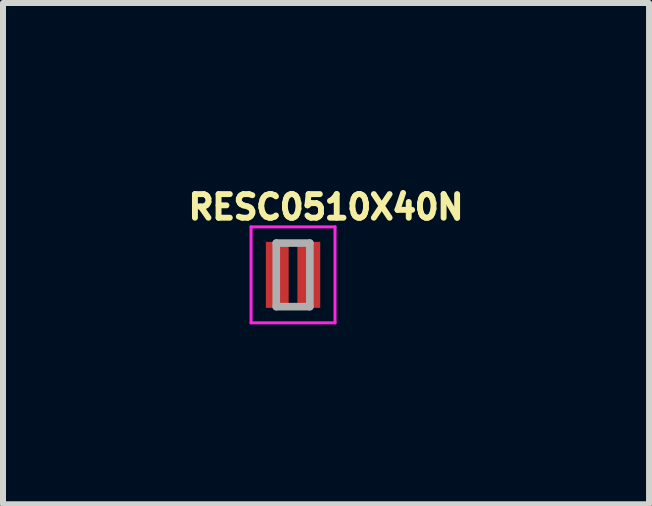
<source format=kicad_pcb>
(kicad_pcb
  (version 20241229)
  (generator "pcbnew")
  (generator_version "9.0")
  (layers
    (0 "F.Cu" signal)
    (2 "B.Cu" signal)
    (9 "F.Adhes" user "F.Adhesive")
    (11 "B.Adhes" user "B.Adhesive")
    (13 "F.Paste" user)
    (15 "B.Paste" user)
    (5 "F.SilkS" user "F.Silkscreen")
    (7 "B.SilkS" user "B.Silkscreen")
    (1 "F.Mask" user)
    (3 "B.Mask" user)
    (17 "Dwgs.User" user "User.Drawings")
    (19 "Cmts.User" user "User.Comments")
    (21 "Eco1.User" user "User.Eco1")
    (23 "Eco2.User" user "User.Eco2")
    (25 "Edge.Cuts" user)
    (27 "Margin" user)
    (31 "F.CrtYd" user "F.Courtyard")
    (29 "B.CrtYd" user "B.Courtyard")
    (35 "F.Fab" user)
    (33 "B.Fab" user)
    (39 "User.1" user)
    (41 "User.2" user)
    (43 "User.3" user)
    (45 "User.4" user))
  (footprint "RESC0510X40N"
    (layer "F.Cu")
    (at 1.836 1.533)
    (property "Reference" "RESC0510X40N" (at 0.55 -1.13 0) (layer "F.SilkS") (effects (font (size 0.394 0.394) (thickness 0.15))))
    (attr through_hole)
    (fp_line (start -0.7 -0.8) (end 0.7 -0.8) (stroke (width 0.05) (type solid)) (layer "F.CrtYd"))
    (fp_line (start -0.7 0.8) (end -0.7 -0.8) (stroke (width 0.05) (type solid)) (layer "F.CrtYd"))
    (fp_line (start -0.7 0.8) (end 0.7 0.8) (stroke (width 0.05) (type solid)) (layer "F.CrtYd"))
    (fp_line (start 0.7 0.8) (end 0.7 -0.8) (stroke (width 0.05) (type solid)) (layer "F.CrtYd"))
    (fp_line (start -0.28 0.53) (end -0.28 -0.53) (stroke (width 0.127) (type solid)) (layer "F.Fab"))
    (fp_line (start 0.28 -0.53) (end -0.28 -0.53) (stroke (width 0.127) (type solid)) (layer "F.Fab"))
    (fp_line (start 0.28 0.53) (end -0.28 0.53) (stroke (width 0.127) (type solid)) (layer "F.Fab"))
    (fp_line (start 0.28 0.53) (end 0.28 -0.53) (stroke (width 0.127) (type solid)) (layer "F.Fab"))
    (pad "1" smd rect (at -0.263 0) (size 0.38 1.1) (layers "F.Cu" "F.Mask" "F.Paste"))
    (pad "2" smd rect (at 0.263 0) (size 0.38 1.1) (layers "F.Cu" "F.Mask" "F.Paste")))
  (gr_rect
    (start -3 -3)
    (end 7.772 5.358)
    (stroke (width 0.1) (type default))
    (fill no)
    (layer "Edge.Cuts")))
</source>
